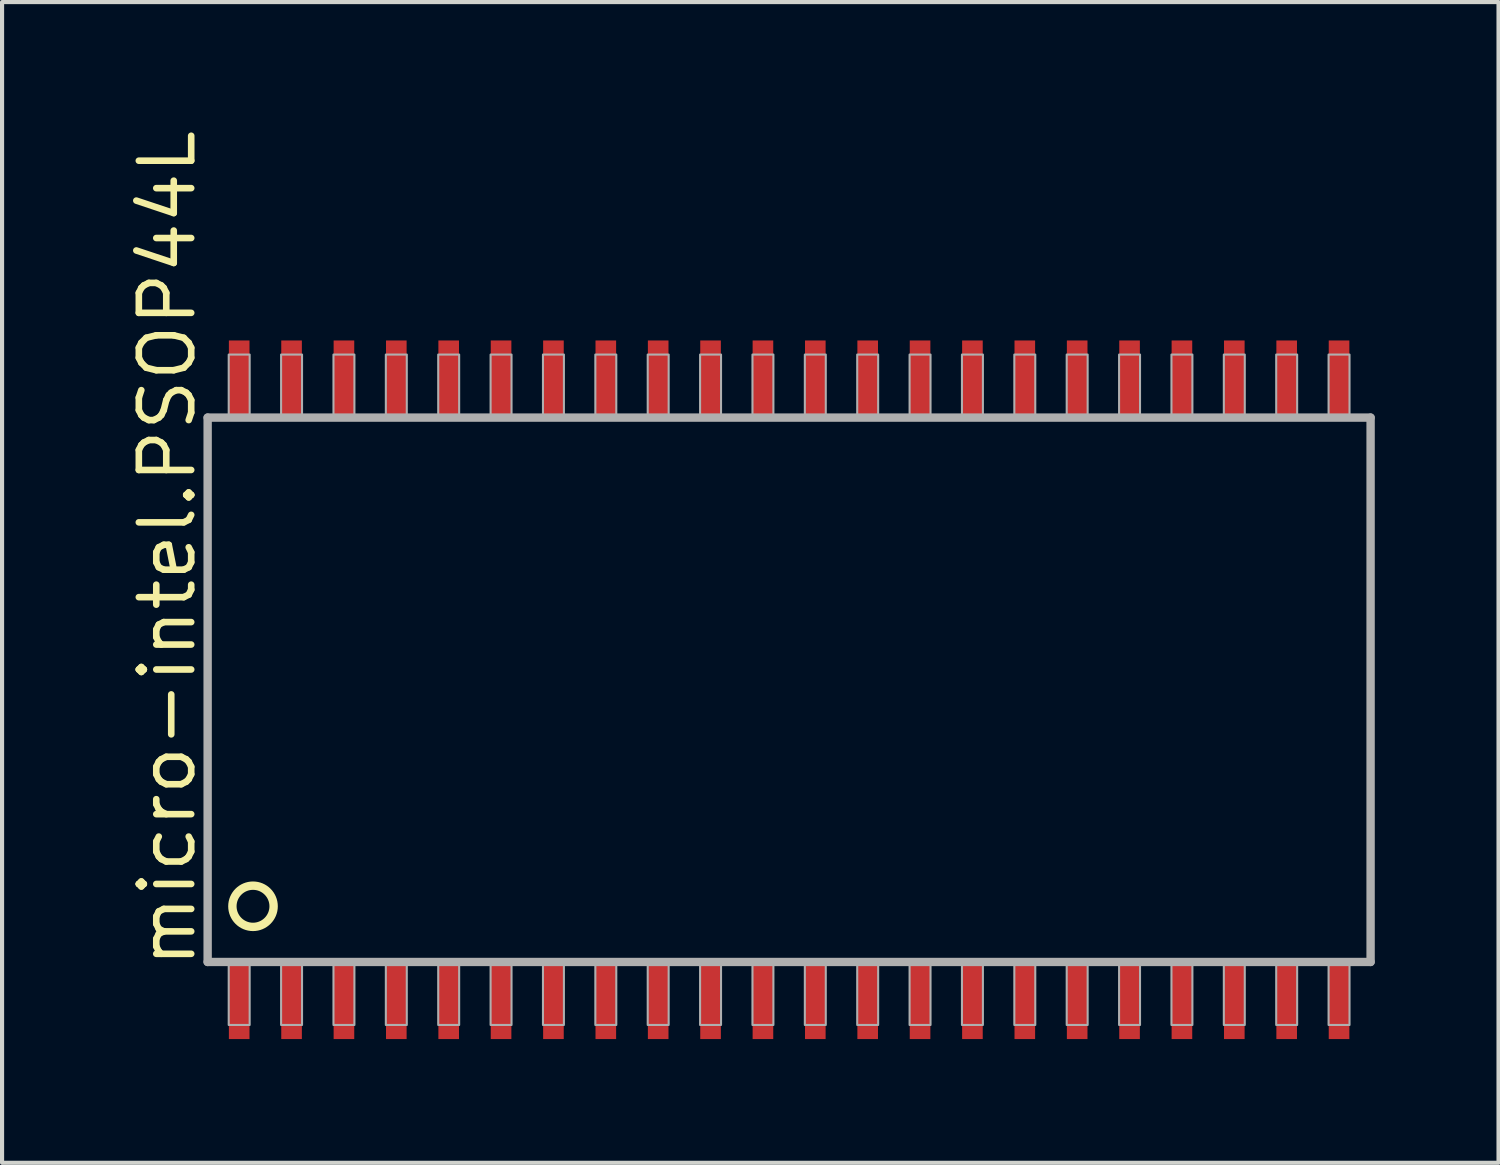
<source format=kicad_pcb>
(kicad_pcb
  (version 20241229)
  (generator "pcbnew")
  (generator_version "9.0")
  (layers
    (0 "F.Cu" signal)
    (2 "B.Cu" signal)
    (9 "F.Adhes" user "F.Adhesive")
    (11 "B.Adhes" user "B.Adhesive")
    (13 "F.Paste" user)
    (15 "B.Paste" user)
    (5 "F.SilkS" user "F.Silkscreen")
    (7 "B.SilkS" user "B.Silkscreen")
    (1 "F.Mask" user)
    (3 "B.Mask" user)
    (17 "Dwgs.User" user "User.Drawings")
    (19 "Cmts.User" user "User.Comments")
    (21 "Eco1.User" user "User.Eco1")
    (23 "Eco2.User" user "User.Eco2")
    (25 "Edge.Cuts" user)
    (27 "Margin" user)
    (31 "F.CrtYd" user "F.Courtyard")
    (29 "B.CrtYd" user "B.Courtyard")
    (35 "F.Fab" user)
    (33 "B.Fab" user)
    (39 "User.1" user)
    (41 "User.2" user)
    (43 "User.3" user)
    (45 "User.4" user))
  (footprint "micro-intel.PSOP44L"
    (layer "F.Cu")
    (at 16.085 13.676)
    (property "Reference" "micro-intel.PSOP44L" (at -14.335 6.81 90) (layer "F.SilkS") (effects (font (size 1.27 1.27) (thickness 0.16)) (justify left bottom)))
    (attr smd)
    (fp_circle (center -13 5.25) (end -12.5 5.25) (stroke (width 0.203) (type default)) (fill no) (layer "F.SilkS"))
    (fp_line (start -14.1 -6.6) (end -14.1 6.6) (stroke (width 0.203) (type default)) (layer "F.Fab"))
    (fp_line (start -14.1 6.6) (end 14.1 6.6) (stroke (width 0.203) (type default)) (layer "F.Fab"))
    (fp_line (start 14.1 -6.6) (end -14.1 -6.6) (stroke (width 0.203) (type default)) (layer "F.Fab"))
    (fp_line (start 14.1 6.6) (end 14.1 -6.6) (stroke (width 0.203) (type default)) (layer "F.Fab"))
    (fp_rect (start -13.589 -6.604) (end -13.081 -8.128) (stroke (width 0.05) (type default)) (fill no) (layer "F.Fab"))
    (fp_rect (start -13.589 8.128) (end -13.081 6.604) (stroke (width 0.05) (type default)) (fill no) (layer "F.Fab"))
    (fp_rect (start -12.319 -6.604) (end -11.811 -8.128) (stroke (width 0.05) (type default)) (fill no) (layer "F.Fab"))
    (fp_rect (start -12.319 8.128) (end -11.811 6.604) (stroke (width 0.05) (type default)) (fill no) (layer "F.Fab"))
    (fp_rect (start -11.049 -6.604) (end -10.541 -8.128) (stroke (width 0.05) (type default)) (fill no) (layer "F.Fab"))
    (fp_rect (start -11.049 8.128) (end -10.541 6.604) (stroke (width 0.05) (type default)) (fill no) (layer "F.Fab"))
    (fp_rect (start -9.779 -6.604) (end -9.271 -8.128) (stroke (width 0.05) (type default)) (fill no) (layer "F.Fab"))
    (fp_rect (start -9.779 8.128) (end -9.271 6.604) (stroke (width 0.05) (type default)) (fill no) (layer "F.Fab"))
    (fp_rect (start -8.509 -6.604) (end -8.001 -8.128) (stroke (width 0.05) (type default)) (fill no) (layer "F.Fab"))
    (fp_rect (start -8.509 8.128) (end -8.001 6.604) (stroke (width 0.05) (type default)) (fill no) (layer "F.Fab"))
    (fp_rect (start -7.239 -6.604) (end -6.731 -8.128) (stroke (width 0.05) (type default)) (fill no) (layer "F.Fab"))
    (fp_rect (start -7.239 8.128) (end -6.731 6.604) (stroke (width 0.05) (type default)) (fill no) (layer "F.Fab"))
    (fp_rect (start -5.969 -6.604) (end -5.461 -8.128) (stroke (width 0.05) (type default)) (fill no) (layer "F.Fab"))
    (fp_rect (start -5.969 8.128) (end -5.461 6.604) (stroke (width 0.05) (type default)) (fill no) (layer "F.Fab"))
    (fp_rect (start -4.699 -6.604) (end -4.191 -8.128) (stroke (width 0.05) (type default)) (fill no) (layer "F.Fab"))
    (fp_rect (start -4.699 8.128) (end -4.191 6.604) (stroke (width 0.05) (type default)) (fill no) (layer "F.Fab"))
    (fp_rect (start -3.429 -6.604) (end -2.921 -8.128) (stroke (width 0.05) (type default)) (fill no) (layer "F.Fab"))
    (fp_rect (start -3.429 8.128) (end -2.921 6.604) (stroke (width 0.05) (type default)) (fill no) (layer "F.Fab"))
    (fp_rect (start -2.159 -6.604) (end -1.651 -8.128) (stroke (width 0.05) (type default)) (fill no) (layer "F.Fab"))
    (fp_rect (start -2.159 8.128) (end -1.651 6.604) (stroke (width 0.05) (type default)) (fill no) (layer "F.Fab"))
    (fp_rect (start -0.889 -6.604) (end -0.381 -8.128) (stroke (width 0.05) (type default)) (fill no) (layer "F.Fab"))
    (fp_rect (start -0.889 8.128) (end -0.381 6.604) (stroke (width 0.05) (type default)) (fill no) (layer "F.Fab"))
    (fp_rect (start 0.381 -6.604) (end 0.889 -8.128) (stroke (width 0.05) (type default)) (fill no) (layer "F.Fab"))
    (fp_rect (start 0.381 8.128) (end 0.889 6.604) (stroke (width 0.05) (type default)) (fill no) (layer "F.Fab"))
    (fp_rect (start 1.651 -6.604) (end 2.159 -8.128) (stroke (width 0.05) (type default)) (fill no) (layer "F.Fab"))
    (fp_rect (start 1.651 8.128) (end 2.159 6.604) (stroke (width 0.05) (type default)) (fill no) (layer "F.Fab"))
    (fp_rect (start 2.921 -6.604) (end 3.429 -8.128) (stroke (width 0.05) (type default)) (fill no) (layer "F.Fab"))
    (fp_rect (start 2.921 8.128) (end 3.429 6.604) (stroke (width 0.05) (type default)) (fill no) (layer "F.Fab"))
    (fp_rect (start 4.191 -6.604) (end 4.699 -8.128) (stroke (width 0.05) (type default)) (fill no) (layer "F.Fab"))
    (fp_rect (start 4.191 8.128) (end 4.699 6.604) (stroke (width 0.05) (type default)) (fill no) (layer "F.Fab"))
    (fp_rect (start 5.461 -6.604) (end 5.969 -8.128) (stroke (width 0.05) (type default)) (fill no) (layer "F.Fab"))
    (fp_rect (start 5.461 8.128) (end 5.969 6.604) (stroke (width 0.05) (type default)) (fill no) (layer "F.Fab"))
    (fp_rect (start 6.731 -6.604) (end 7.239 -8.128) (stroke (width 0.05) (type default)) (fill no) (layer "F.Fab"))
    (fp_rect (start 6.731 8.128) (end 7.239 6.604) (stroke (width 0.05) (type default)) (fill no) (layer "F.Fab"))
    (fp_rect (start 8.001 -6.604) (end 8.509 -8.128) (stroke (width 0.05) (type default)) (fill no) (layer "F.Fab"))
    (fp_rect (start 8.001 8.128) (end 8.509 6.604) (stroke (width 0.05) (type default)) (fill no) (layer "F.Fab"))
    (fp_rect (start 9.271 -6.604) (end 9.779 -8.128) (stroke (width 0.05) (type default)) (fill no) (layer "F.Fab"))
    (fp_rect (start 9.271 8.128) (end 9.779 6.604) (stroke (width 0.05) (type default)) (fill no) (layer "F.Fab"))
    (fp_rect (start 10.541 -6.604) (end 11.049 -8.128) (stroke (width 0.05) (type default)) (fill no) (layer "F.Fab"))
    (fp_rect (start 10.541 8.128) (end 11.049 6.604) (stroke (width 0.05) (type default)) (fill no) (layer "F.Fab"))
    (fp_rect (start 11.811 -6.604) (end 12.319 -8.128) (stroke (width 0.05) (type default)) (fill no) (layer "F.Fab"))
    (fp_rect (start 11.811 8.128) (end 12.319 6.604) (stroke (width 0.05) (type default)) (fill no) (layer "F.Fab"))
    (fp_rect (start 13.081 -6.604) (end 13.589 -8.128) (stroke (width 0.05) (type default)) (fill no) (layer "F.Fab"))
    (fp_rect (start 13.081 8.128) (end 13.589 6.604) (stroke (width 0.05) (type default)) (fill no) (layer "F.Fab"))
    (pad "1" smd roundrect (at -13.335 7.52) (size 0.5 1.9) (layers "F.Cu" "F.Mask" "F.Paste") (roundrect_rratio 0.01))
    (pad "2" smd roundrect (at -12.065 7.52) (size 0.5 1.9) (layers "F.Cu" "F.Mask" "F.Paste") (roundrect_rratio 0.01))
    (pad "3" smd roundrect (at -10.795 7.52) (size 0.5 1.9) (layers "F.Cu" "F.Mask" "F.Paste") (roundrect_rratio 0.01))
    (pad "4" smd roundrect (at -9.525 7.52) (size 0.5 1.9) (layers "F.Cu" "F.Mask" "F.Paste") (roundrect_rratio 0.01))
    (pad "5" smd roundrect (at -8.255 7.52) (size 0.5 1.9) (layers "F.Cu" "F.Mask" "F.Paste") (roundrect_rratio 0.01))
    (pad "6" smd roundrect (at -6.985 7.52) (size 0.5 1.9) (layers "F.Cu" "F.Mask" "F.Paste") (roundrect_rratio 0.01))
    (pad "7" smd roundrect (at -5.715 7.52) (size 0.5 1.9) (layers "F.Cu" "F.Mask" "F.Paste") (roundrect_rratio 0.01))
    (pad "8" smd roundrect (at -4.445 7.52) (size 0.5 1.9) (layers "F.Cu" "F.Mask" "F.Paste") (roundrect_rratio 0.01))
    (pad "9" smd roundrect (at -3.175 7.52) (size 0.5 1.9) (layers "F.Cu" "F.Mask" "F.Paste") (roundrect_rratio 0.01))
    (pad "10" smd roundrect (at -1.905 7.52) (size 0.5 1.9) (layers "F.Cu" "F.Mask" "F.Paste") (roundrect_rratio 0.01))
    (pad "11" smd roundrect (at -0.635 7.52) (size 0.5 1.9) (layers "F.Cu" "F.Mask" "F.Paste") (roundrect_rratio 0.01))
    (pad "12" smd roundrect (at 0.635 7.52) (size 0.5 1.9) (layers "F.Cu" "F.Mask" "F.Paste") (roundrect_rratio 0.01))
    (pad "13" smd roundrect (at 1.905 7.52) (size 0.5 1.9) (layers "F.Cu" "F.Mask" "F.Paste") (roundrect_rratio 0.01))
    (pad "14" smd roundrect (at 3.175 7.52) (size 0.5 1.9) (layers "F.Cu" "F.Mask" "F.Paste") (roundrect_rratio 0.01))
    (pad "15" smd roundrect (at 4.445 7.52) (size 0.5 1.9) (layers "F.Cu" "F.Mask" "F.Paste") (roundrect_rratio 0.01))
    (pad "16" smd roundrect (at 5.715 7.52) (size 0.5 1.9) (layers "F.Cu" "F.Mask" "F.Paste") (roundrect_rratio 0.01))
    (pad "17" smd roundrect (at 6.985 7.52) (size 0.5 1.9) (layers "F.Cu" "F.Mask" "F.Paste") (roundrect_rratio 0.01))
    (pad "18" smd roundrect (at 8.255 7.52) (size 0.5 1.9) (layers "F.Cu" "F.Mask" "F.Paste") (roundrect_rratio 0.01))
    (pad "19" smd roundrect (at 9.525 7.52) (size 0.5 1.9) (layers "F.Cu" "F.Mask" "F.Paste") (roundrect_rratio 0.01))
    (pad "20" smd roundrect (at 10.795 7.52) (size 0.5 1.9) (layers "F.Cu" "F.Mask" "F.Paste") (roundrect_rratio 0.01))
    (pad "21" smd roundrect (at 12.065 7.52) (size 0.5 1.9) (layers "F.Cu" "F.Mask" "F.Paste") (roundrect_rratio 0.01))
    (pad "22" smd roundrect (at 13.335 7.52) (size 0.5 1.9) (layers "F.Cu" "F.Mask" "F.Paste") (roundrect_rratio 0.01))
    (pad "23" smd roundrect (at 13.335 -7.52) (size 0.5 1.9) (layers "F.Cu" "F.Mask" "F.Paste") (roundrect_rratio 0.01))
    (pad "24" smd roundrect (at 12.065 -7.52) (size 0.5 1.9) (layers "F.Cu" "F.Mask" "F.Paste") (roundrect_rratio 0.01))
    (pad "25" smd roundrect (at 10.795 -7.52) (size 0.5 1.9) (layers "F.Cu" "F.Mask" "F.Paste") (roundrect_rratio 0.01))
    (pad "26" smd roundrect (at 9.525 -7.52) (size 0.5 1.9) (layers "F.Cu" "F.Mask" "F.Paste") (roundrect_rratio 0.01))
    (pad "27" smd roundrect (at 8.255 -7.52) (size 0.5 1.9) (layers "F.Cu" "F.Mask" "F.Paste") (roundrect_rratio 0.01))
    (pad "28" smd roundrect (at 6.985 -7.52) (size 0.5 1.9) (layers "F.Cu" "F.Mask" "F.Paste") (roundrect_rratio 0.01))
    (pad "29" smd roundrect (at 5.715 -7.52) (size 0.5 1.9) (layers "F.Cu" "F.Mask" "F.Paste") (roundrect_rratio 0.01))
    (pad "30" smd roundrect (at 4.445 -7.52) (size 0.5 1.9) (layers "F.Cu" "F.Mask" "F.Paste") (roundrect_rratio 0.01))
    (pad "31" smd roundrect (at 3.175 -7.52) (size 0.5 1.9) (layers "F.Cu" "F.Mask" "F.Paste") (roundrect_rratio 0.01))
    (pad "32" smd roundrect (at 1.905 -7.52) (size 0.5 1.9) (layers "F.Cu" "F.Mask" "F.Paste") (roundrect_rratio 0.01))
    (pad "33" smd roundrect (at 0.635 -7.52) (size 0.5 1.9) (layers "F.Cu" "F.Mask" "F.Paste") (roundrect_rratio 0.01))
    (pad "34" smd roundrect (at -0.635 -7.52) (size 0.5 1.9) (layers "F.Cu" "F.Mask" "F.Paste") (roundrect_rratio 0.01))
    (pad "35" smd roundrect (at -1.905 -7.52) (size 0.5 1.9) (layers "F.Cu" "F.Mask" "F.Paste") (roundrect_rratio 0.01))
    (pad "36" smd roundrect (at -3.175 -7.52) (size 0.5 1.9) (layers "F.Cu" "F.Mask" "F.Paste") (roundrect_rratio 0.01))
    (pad "37" smd roundrect (at -4.445 -7.52) (size 0.5 1.9) (layers "F.Cu" "F.Mask" "F.Paste") (roundrect_rratio 0.01))
    (pad "38" smd roundrect (at -5.715 -7.52) (size 0.5 1.9) (layers "F.Cu" "F.Mask" "F.Paste") (roundrect_rratio 0.01))
    (pad "39" smd roundrect (at -6.985 -7.52) (size 0.5 1.9) (layers "F.Cu" "F.Mask" "F.Paste") (roundrect_rratio 0.01))
    (pad "40" smd roundrect (at -8.255 -7.52) (size 0.5 1.9) (layers "F.Cu" "F.Mask" "F.Paste") (roundrect_rratio 0.01))
    (pad "41" smd roundrect (at -9.525 -7.52) (size 0.5 1.9) (layers "F.Cu" "F.Mask" "F.Paste") (roundrect_rratio 0.01))
    (pad "42" smd roundrect (at -10.795 -7.52) (size 0.5 1.9) (layers "F.Cu" "F.Mask" "F.Paste") (roundrect_rratio 0.01))
    (pad "43" smd roundrect (at -12.065 -7.52) (size 0.5 1.9) (layers "F.Cu" "F.Mask" "F.Paste") (roundrect_rratio 0.01))
    (pad "44" smd roundrect (at -13.335 -7.52) (size 0.5 1.9) (layers "F.Cu" "F.Mask" "F.Paste") (roundrect_rratio 0.01)))
  (gr_rect
    (start -3 -3)
    (end 33.287 25.146)
    (stroke (width 0.1) (type default))
    (fill no)
    (layer "Edge.Cuts")))
</source>
